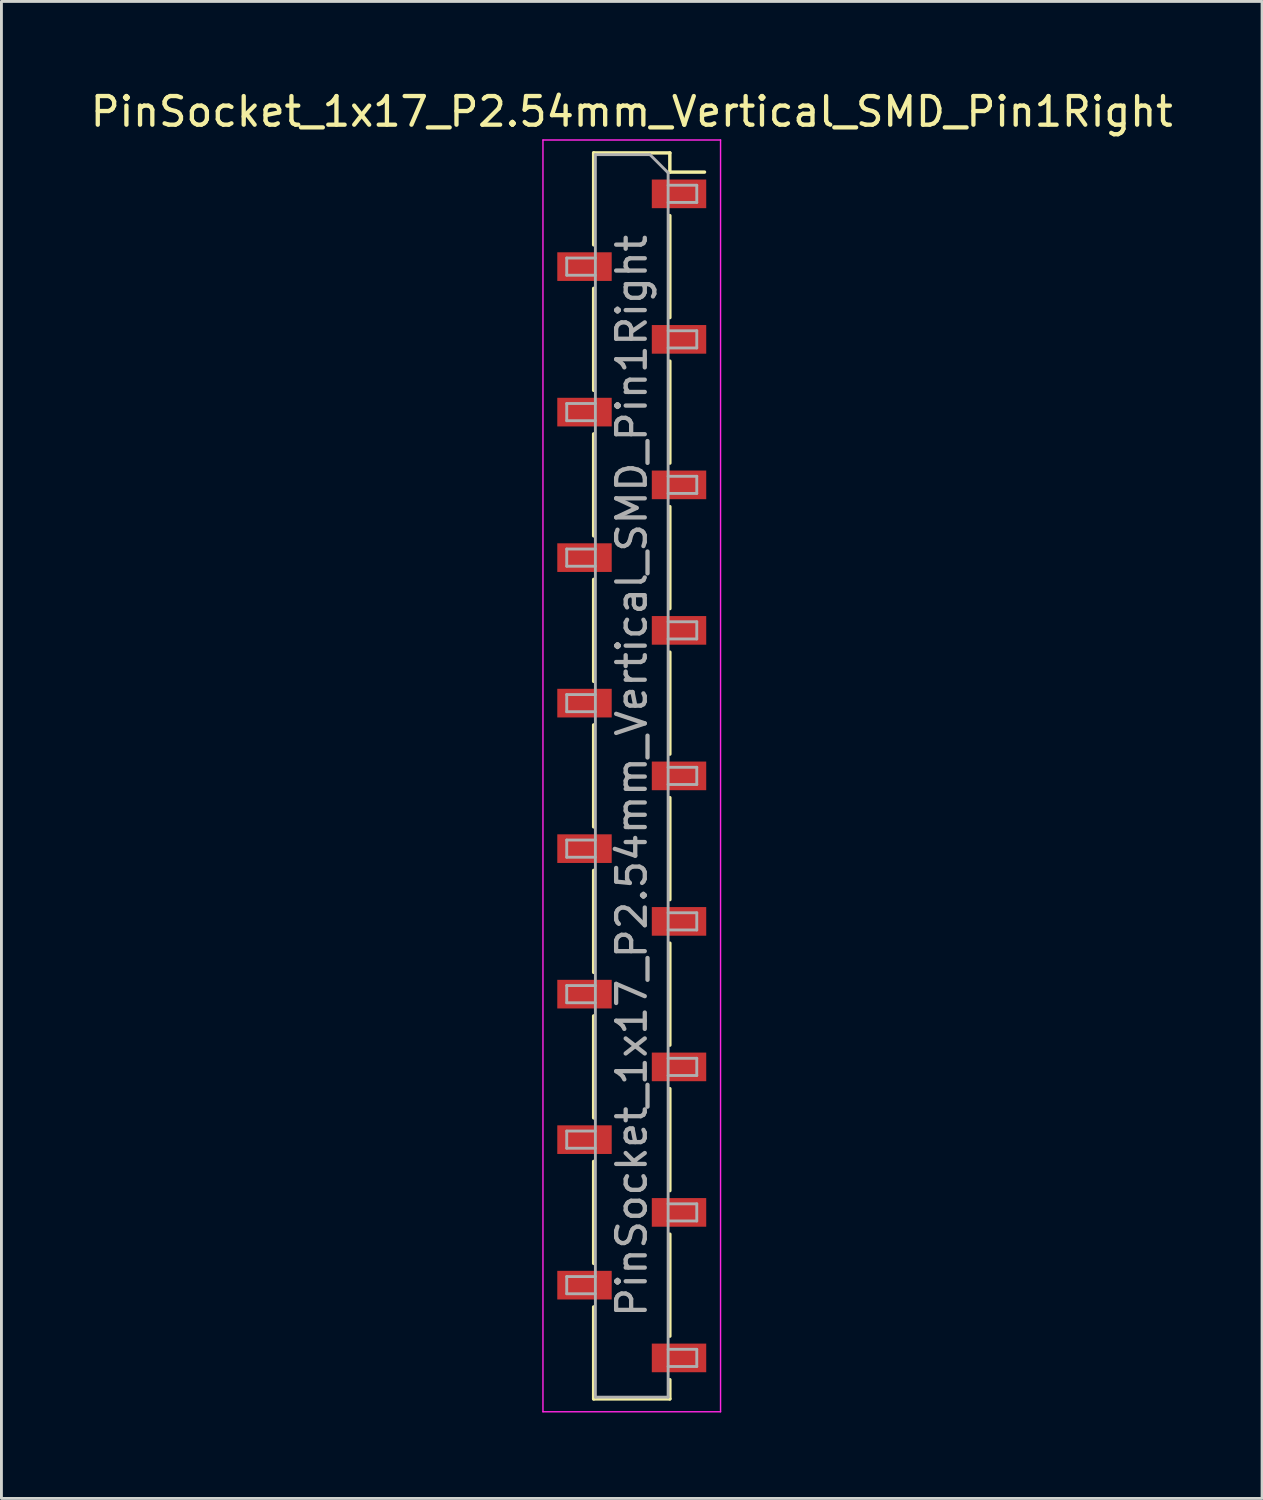
<source format=kicad_pcb>
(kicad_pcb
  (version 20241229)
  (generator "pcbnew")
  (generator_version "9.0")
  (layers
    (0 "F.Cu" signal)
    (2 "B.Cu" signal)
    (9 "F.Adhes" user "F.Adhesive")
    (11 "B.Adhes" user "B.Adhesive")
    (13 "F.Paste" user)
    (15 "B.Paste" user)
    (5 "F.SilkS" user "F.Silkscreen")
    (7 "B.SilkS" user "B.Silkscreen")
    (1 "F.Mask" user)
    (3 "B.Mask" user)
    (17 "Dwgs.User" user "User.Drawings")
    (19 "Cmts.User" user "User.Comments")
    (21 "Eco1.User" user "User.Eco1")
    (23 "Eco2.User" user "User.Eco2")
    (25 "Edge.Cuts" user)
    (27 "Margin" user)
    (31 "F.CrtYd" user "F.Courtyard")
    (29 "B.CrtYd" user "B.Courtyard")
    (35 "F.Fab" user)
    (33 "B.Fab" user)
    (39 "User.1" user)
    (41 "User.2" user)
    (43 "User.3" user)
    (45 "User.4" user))
  (footprint "PinSocket_1x17_P2.54mm_Vertical_SMD_Pin1Right"
    (layer "F.Cu")
    (at 19.006 24.038)
    (property "Reference" "PinSocket_1x17_P2.54mm_Vertical_SMD_Pin1Right" (at 0 -23.19 0) (layer "F.SilkS") (effects (font (size 1 1) (thickness 0.15))))
    (attr smd)
    (fp_line (start -1.33 -21.75) (end -1.33 -18.54) (stroke (width 0.12) (type solid)) (layer "F.SilkS"))
    (fp_line (start -1.33 -21.75) (end 1.33 -21.75) (stroke (width 0.12) (type solid)) (layer "F.SilkS"))
    (fp_line (start -1.33 -17.02) (end -1.33 -13.46) (stroke (width 0.12) (type solid)) (layer "F.SilkS"))
    (fp_line (start -1.33 -11.94) (end -1.33 -8.38) (stroke (width 0.12) (type solid)) (layer "F.SilkS"))
    (fp_line (start -1.33 -6.86) (end -1.33 -3.3) (stroke (width 0.12) (type solid)) (layer "F.SilkS"))
    (fp_line (start -1.33 -1.78) (end -1.33 1.78) (stroke (width 0.12) (type solid)) (layer "F.SilkS"))
    (fp_line (start -1.33 3.3) (end -1.33 6.86) (stroke (width 0.12) (type solid)) (layer "F.SilkS"))
    (fp_line (start -1.33 8.38) (end -1.33 11.94) (stroke (width 0.12) (type solid)) (layer "F.SilkS"))
    (fp_line (start -1.33 13.46) (end -1.33 17.02) (stroke (width 0.12) (type solid)) (layer "F.SilkS"))
    (fp_line (start -1.33 18.54) (end -1.33 21.75) (stroke (width 0.12) (type solid)) (layer "F.SilkS"))
    (fp_line (start -1.33 21.75) (end 1.33 21.75) (stroke (width 0.12) (type solid)) (layer "F.SilkS"))
    (fp_line (start 1.33 -21.75) (end 1.33 -21.08) (stroke (width 0.12) (type solid)) (layer "F.SilkS"))
    (fp_line (start 1.33 -21.08) (end 2.54 -21.08) (stroke (width 0.12) (type solid)) (layer "F.SilkS"))
    (fp_line (start 1.33 -19.56) (end 1.33 -16) (stroke (width 0.12) (type solid)) (layer "F.SilkS"))
    (fp_line (start 1.33 -14.48) (end 1.33 -10.92) (stroke (width 0.12) (type solid)) (layer "F.SilkS"))
    (fp_line (start 1.33 -9.4) (end 1.33 -5.84) (stroke (width 0.12) (type solid)) (layer "F.SilkS"))
    (fp_line (start 1.33 -4.32) (end 1.33 -0.76) (stroke (width 0.12) (type solid)) (layer "F.SilkS"))
    (fp_line (start 1.33 0.76) (end 1.33 4.32) (stroke (width 0.12) (type solid)) (layer "F.SilkS"))
    (fp_line (start 1.33 5.84) (end 1.33 9.4) (stroke (width 0.12) (type solid)) (layer "F.SilkS"))
    (fp_line (start 1.33 10.92) (end 1.33 14.48) (stroke (width 0.12) (type solid)) (layer "F.SilkS"))
    (fp_line (start 1.33 16) (end 1.33 19.56) (stroke (width 0.12) (type solid)) (layer "F.SilkS"))
    (fp_line (start 1.33 21.08) (end 1.33 21.75) (stroke (width 0.12) (type solid)) (layer "F.SilkS"))
    (fp_line (start -3.1 -22.2) (end 3.1 -22.2) (stroke (width 0.05) (type solid)) (layer "F.CrtYd"))
    (fp_line (start -3.1 22.2) (end -3.1 -22.2) (stroke (width 0.05) (type solid)) (layer "F.CrtYd"))
    (fp_line (start 3.1 -22.2) (end 3.1 22.2) (stroke (width 0.05) (type solid)) (layer "F.CrtYd"))
    (fp_line (start 3.1 22.2) (end -3.1 22.2) (stroke (width 0.05) (type solid)) (layer "F.CrtYd"))
    (fp_line (start -2.27 -18.08) (end -1.27 -18.08) (stroke (width 0.1) (type solid)) (layer "F.Fab"))
    (fp_line (start -2.27 -17.48) (end -2.27 -18.08) (stroke (width 0.1) (type solid)) (layer "F.Fab"))
    (fp_line (start -2.27 -13) (end -1.27 -13) (stroke (width 0.1) (type solid)) (layer "F.Fab"))
    (fp_line (start -2.27 -12.4) (end -2.27 -13) (stroke (width 0.1) (type solid)) (layer "F.Fab"))
    (fp_line (start -2.27 -7.92) (end -1.27 -7.92) (stroke (width 0.1) (type solid)) (layer "F.Fab"))
    (fp_line (start -2.27 -7.32) (end -2.27 -7.92) (stroke (width 0.1) (type solid)) (layer "F.Fab"))
    (fp_line (start -2.27 -2.84) (end -1.27 -2.84) (stroke (width 0.1) (type solid)) (layer "F.Fab"))
    (fp_line (start -2.27 -2.24) (end -2.27 -2.84) (stroke (width 0.1) (type solid)) (layer "F.Fab"))
    (fp_line (start -2.27 2.24) (end -1.27 2.24) (stroke (width 0.1) (type solid)) (layer "F.Fab"))
    (fp_line (start -2.27 2.84) (end -2.27 2.24) (stroke (width 0.1) (type solid)) (layer "F.Fab"))
    (fp_line (start -2.27 7.32) (end -1.27 7.32) (stroke (width 0.1) (type solid)) (layer "F.Fab"))
    (fp_line (start -2.27 7.92) (end -2.27 7.32) (stroke (width 0.1) (type solid)) (layer "F.Fab"))
    (fp_line (start -2.27 12.4) (end -1.27 12.4) (stroke (width 0.1) (type solid)) (layer "F.Fab"))
    (fp_line (start -2.27 13) (end -2.27 12.4) (stroke (width 0.1) (type solid)) (layer "F.Fab"))
    (fp_line (start -2.27 17.48) (end -1.27 17.48) (stroke (width 0.1) (type solid)) (layer "F.Fab"))
    (fp_line (start -2.27 18.08) (end -2.27 17.48) (stroke (width 0.1) (type solid)) (layer "F.Fab"))
    (fp_line (start -1.27 -21.69) (end 0.635 -21.69) (stroke (width 0.1) (type solid)) (layer "F.Fab"))
    (fp_line (start -1.27 -17.48) (end -2.27 -17.48) (stroke (width 0.1) (type solid)) (layer "F.Fab"))
    (fp_line (start -1.27 -12.4) (end -2.27 -12.4) (stroke (width 0.1) (type solid)) (layer "F.Fab"))
    (fp_line (start -1.27 -7.32) (end -2.27 -7.32) (stroke (width 0.1) (type solid)) (layer "F.Fab"))
    (fp_line (start -1.27 -2.24) (end -2.27 -2.24) (stroke (width 0.1) (type solid)) (layer "F.Fab"))
    (fp_line (start -1.27 2.84) (end -2.27 2.84) (stroke (width 0.1) (type solid)) (layer "F.Fab"))
    (fp_line (start -1.27 7.92) (end -2.27 7.92) (stroke (width 0.1) (type solid)) (layer "F.Fab"))
    (fp_line (start -1.27 13) (end -2.27 13) (stroke (width 0.1) (type solid)) (layer "F.Fab"))
    (fp_line (start -1.27 18.08) (end -2.27 18.08) (stroke (width 0.1) (type solid)) (layer "F.Fab"))
    (fp_line (start -1.27 21.69) (end -1.27 -21.69) (stroke (width 0.1) (type solid)) (layer "F.Fab"))
    (fp_line (start 0.635 -21.69) (end 1.27 -21.055) (stroke (width 0.1) (type solid)) (layer "F.Fab"))
    (fp_line (start 1.27 -21.055) (end 1.27 21.69) (stroke (width 0.1) (type solid)) (layer "F.Fab"))
    (fp_line (start 1.27 -20.62) (end 2.27 -20.62) (stroke (width 0.1) (type solid)) (layer "F.Fab"))
    (fp_line (start 1.27 -15.54) (end 2.27 -15.54) (stroke (width 0.1) (type solid)) (layer "F.Fab"))
    (fp_line (start 1.27 -10.46) (end 2.27 -10.46) (stroke (width 0.1) (type solid)) (layer "F.Fab"))
    (fp_line (start 1.27 -5.38) (end 2.27 -5.38) (stroke (width 0.1) (type solid)) (layer "F.Fab"))
    (fp_line (start 1.27 -0.3) (end 2.27 -0.3) (stroke (width 0.1) (type solid)) (layer "F.Fab"))
    (fp_line (start 1.27 4.78) (end 2.27 4.78) (stroke (width 0.1) (type solid)) (layer "F.Fab"))
    (fp_line (start 1.27 9.86) (end 2.27 9.86) (stroke (width 0.1) (type solid)) (layer "F.Fab"))
    (fp_line (start 1.27 14.94) (end 2.27 14.94) (stroke (width 0.1) (type solid)) (layer "F.Fab"))
    (fp_line (start 1.27 20.02) (end 2.27 20.02) (stroke (width 0.1) (type solid)) (layer "F.Fab"))
    (fp_line (start 1.27 21.69) (end -1.27 21.69) (stroke (width 0.1) (type solid)) (layer "F.Fab"))
    (fp_line (start 2.27 -20.62) (end 2.27 -20.02) (stroke (width 0.1) (type solid)) (layer "F.Fab"))
    (fp_line (start 2.27 -20.02) (end 1.27 -20.02) (stroke (width 0.1) (type solid)) (layer "F.Fab"))
    (fp_line (start 2.27 -15.54) (end 2.27 -14.94) (stroke (width 0.1) (type solid)) (layer "F.Fab"))
    (fp_line (start 2.27 -14.94) (end 1.27 -14.94) (stroke (width 0.1) (type solid)) (layer "F.Fab"))
    (fp_line (start 2.27 -10.46) (end 2.27 -9.86) (stroke (width 0.1) (type solid)) (layer "F.Fab"))
    (fp_line (start 2.27 -9.86) (end 1.27 -9.86) (stroke (width 0.1) (type solid)) (layer "F.Fab"))
    (fp_line (start 2.27 -5.38) (end 2.27 -4.78) (stroke (width 0.1) (type solid)) (layer "F.Fab"))
    (fp_line (start 2.27 -4.78) (end 1.27 -4.78) (stroke (width 0.1) (type solid)) (layer "F.Fab"))
    (fp_line (start 2.27 -0.3) (end 2.27 0.3) (stroke (width 0.1) (type solid)) (layer "F.Fab"))
    (fp_line (start 2.27 0.3) (end 1.27 0.3) (stroke (width 0.1) (type solid)) (layer "F.Fab"))
    (fp_line (start 2.27 4.78) (end 2.27 5.38) (stroke (width 0.1) (type solid)) (layer "F.Fab"))
    (fp_line (start 2.27 5.38) (end 1.27 5.38) (stroke (width 0.1) (type solid)) (layer "F.Fab"))
    (fp_line (start 2.27 9.86) (end 2.27 10.46) (stroke (width 0.1) (type solid)) (layer "F.Fab"))
    (fp_line (start 2.27 10.46) (end 1.27 10.46) (stroke (width 0.1) (type solid)) (layer "F.Fab"))
    (fp_line (start 2.27 14.94) (end 2.27 15.54) (stroke (width 0.1) (type solid)) (layer "F.Fab"))
    (fp_line (start 2.27 15.54) (end 1.27 15.54) (stroke (width 0.1) (type solid)) (layer "F.Fab"))
    (fp_line (start 2.27 20.02) (end 2.27 20.62) (stroke (width 0.1) (type solid)) (layer "F.Fab"))
    (fp_line (start 2.27 20.62) (end 1.27 20.62) (stroke (width 0.1) (type solid)) (layer "F.Fab"))
    (fp_text user "${REFERENCE}" (at 0 0 90) (layer "F.Fab") (effects (font (size 1 1) (thickness 0.15))))
    (pad "1" smd rect (at 1.65 -20.32) (size 1.9 1) (layers "F.Cu" "F.Mask" "F.Paste"))
    (pad "2" smd rect (at -1.65 -17.78) (size 1.9 1) (layers "F.Cu" "F.Mask" "F.Paste"))
    (pad "3" smd rect (at 1.65 -15.24) (size 1.9 1) (layers "F.Cu" "F.Mask" "F.Paste"))
    (pad "4" smd rect (at -1.65 -12.7) (size 1.9 1) (layers "F.Cu" "F.Mask" "F.Paste"))
    (pad "5" smd rect (at 1.65 -10.16) (size 1.9 1) (layers "F.Cu" "F.Mask" "F.Paste"))
    (pad "6" smd rect (at -1.65 -7.62) (size 1.9 1) (layers "F.Cu" "F.Mask" "F.Paste"))
    (pad "7" smd rect (at 1.65 -5.08) (size 1.9 1) (layers "F.Cu" "F.Mask" "F.Paste"))
    (pad "8" smd rect (at -1.65 -2.54) (size 1.9 1) (layers "F.Cu" "F.Mask" "F.Paste"))
    (pad "9" smd rect (at 1.65 0) (size 1.9 1) (layers "F.Cu" "F.Mask" "F.Paste"))
    (pad "10" smd rect (at -1.65 2.54) (size 1.9 1) (layers "F.Cu" "F.Mask" "F.Paste"))
    (pad "11" smd rect (at 1.65 5.08) (size 1.9 1) (layers "F.Cu" "F.Mask" "F.Paste"))
    (pad "12" smd rect (at -1.65 7.62) (size 1.9 1) (layers "F.Cu" "F.Mask" "F.Paste"))
    (pad "13" smd rect (at 1.65 10.16) (size 1.9 1) (layers "F.Cu" "F.Mask" "F.Paste"))
    (pad "14" smd rect (at -1.65 12.7) (size 1.9 1) (layers "F.Cu" "F.Mask" "F.Paste"))
    (pad "15" smd rect (at 1.65 15.24) (size 1.9 1) (layers "F.Cu" "F.Mask" "F.Paste"))
    (pad "16" smd rect (at -1.65 17.78) (size 1.9 1) (layers "F.Cu" "F.Mask" "F.Paste"))
    (pad "17" smd rect (at 1.65 20.32) (size 1.9 1) (layers "F.Cu" "F.Mask" "F.Paste")))
  (gr_rect
    (start -3 -3)
    (end 41.012 49.263)
    (stroke (width 0.1) (type default))
    (fill no)
    (layer "Edge.Cuts")))
</source>
